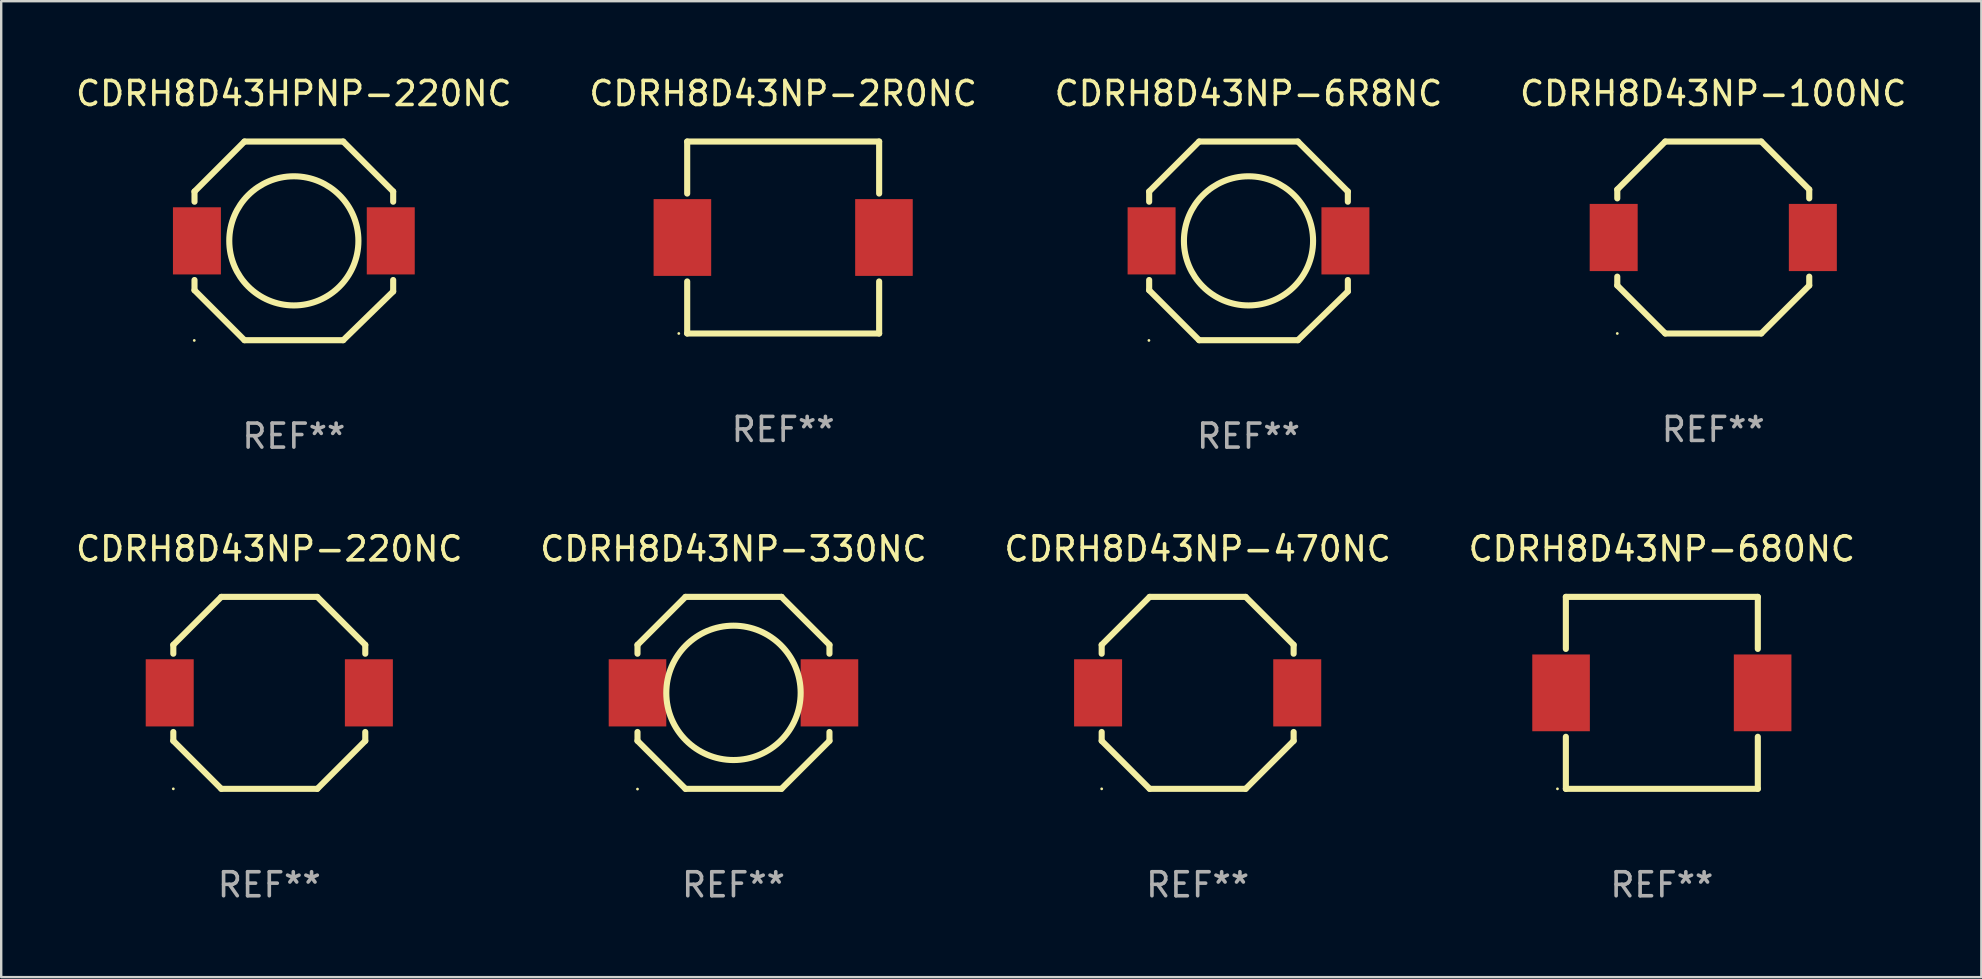
<source format=kicad_pcb>
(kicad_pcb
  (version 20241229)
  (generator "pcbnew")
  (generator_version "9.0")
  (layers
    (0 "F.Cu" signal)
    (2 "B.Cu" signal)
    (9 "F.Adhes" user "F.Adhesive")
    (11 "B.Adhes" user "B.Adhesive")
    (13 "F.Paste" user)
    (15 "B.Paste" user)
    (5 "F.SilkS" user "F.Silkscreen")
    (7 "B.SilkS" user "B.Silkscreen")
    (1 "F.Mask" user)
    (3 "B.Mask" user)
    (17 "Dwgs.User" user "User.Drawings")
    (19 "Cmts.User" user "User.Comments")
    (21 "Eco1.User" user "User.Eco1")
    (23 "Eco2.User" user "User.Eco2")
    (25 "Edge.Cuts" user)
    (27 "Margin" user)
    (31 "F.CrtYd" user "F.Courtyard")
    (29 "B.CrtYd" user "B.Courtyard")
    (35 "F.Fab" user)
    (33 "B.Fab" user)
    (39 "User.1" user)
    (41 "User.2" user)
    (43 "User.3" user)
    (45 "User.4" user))
  (footprint "CDRH8D43NP-330NC"
    (layer "F.Cu")
    (at 27.518 25.825)
    (property "Reference" "CDRH8D43NP-330NC" (at 0 -6 0) (layer "F.SilkS") (effects (font (size 1 1) (thickness 0.15))))
    (attr through_hole)
    (fp_line (start -4 -2) (end -2 -4) (stroke (width 0.254) (type solid)) (layer "F.SilkS"))
    (fp_line (start -4 -1.631) (end -4 -2) (stroke (width 0.254) (type solid)) (layer "F.SilkS"))
    (fp_line (start -4 2) (end -4 1.631) (stroke (width 0.254) (type solid)) (layer "F.SilkS"))
    (fp_line (start -2 -4) (end 2 -4) (stroke (width 0.254) (type solid)) (layer "F.SilkS"))
    (fp_line (start -2 4) (end -4 2) (stroke (width 0.254) (type solid)) (layer "F.SilkS"))
    (fp_line (start 2 -4) (end 2 -4) (stroke (width 0.254) (type solid)) (layer "F.SilkS"))
    (fp_line (start 2 -4) (end 4 -2) (stroke (width 0.254) (type solid)) (layer "F.SilkS"))
    (fp_line (start 2 4) (end -2 4) (stroke (width 0.254) (type solid)) (layer "F.SilkS"))
    (fp_line (start 4 -2) (end 4 -1.631) (stroke (width 0.254) (type solid)) (layer "F.SilkS"))
    (fp_line (start 4 1.631) (end 4 2) (stroke (width 0.254) (type solid)) (layer "F.SilkS"))
    (fp_line (start 4 2) (end 2 4) (stroke (width 0.254) (type solid)) (layer "F.SilkS"))
    (fp_circle (center -4 4.01) (end -3.97 4.01) (stroke (width 0.06) (type solid)) (fill no) (layer "F.SilkS"))
    (fp_circle (center 0.000064 0) (end 2.8 0) (stroke (width 0.254) (type solid)) (fill no) (layer "F.SilkS"))
    (fp_text user "REF**" (at 0 8 0) (layer "F.Fab") (effects (font (size 1 1) (thickness 0.15))))
    (pad "1" smd rect (at -4 0) (size 2.4 2.8) (layers "F.Cu" "F.Mask" "F.Paste"))
    (pad "2" smd rect (at 4 0) (size 2.4 2.8) (layers "F.Cu" "F.Mask" "F.Paste")))
  (footprint "CDRH8D43NP-100NC"
    (layer "F.Cu")
    (at 68.351 6.848)
    (property "Reference" "CDRH8D43NP-100NC" (at 0 -6 0) (layer "F.SilkS") (effects (font (size 1 1) (thickness 0.15))))
    (attr through_hole)
    (fp_line (start -4 -2) (end -4 -1.631) (stroke (width 0.254) (type solid)) (layer "F.SilkS"))
    (fp_line (start -4 1.631) (end -4 2) (stroke (width 0.254) (type solid)) (layer "F.SilkS"))
    (fp_line (start -4 2) (end -2 4) (stroke (width 0.254) (type solid)) (layer "F.SilkS"))
    (fp_line (start -2 -4) (end -4 -2) (stroke (width 0.254) (type solid)) (layer "F.SilkS"))
    (fp_line (start -2 4) (end 2 4) (stroke (width 0.254) (type solid)) (layer "F.SilkS"))
    (fp_line (start 2 -4) (end -2 -4) (stroke (width 0.254) (type solid)) (layer "F.SilkS"))
    (fp_line (start 2 4) (end 4 2) (stroke (width 0.254) (type solid)) (layer "F.SilkS"))
    (fp_line (start 4 -2) (end 2 -4) (stroke (width 0.254) (type solid)) (layer "F.SilkS"))
    (fp_line (start 4 -1.631) (end 4 -2) (stroke (width 0.254) (type solid)) (layer "F.SilkS"))
    (fp_line (start 4 2) (end 4 1.631) (stroke (width 0.254) (type solid)) (layer "F.SilkS"))
    (fp_circle (center -4 4) (end -3.97 4) (stroke (width 0.06) (type solid)) (fill no) (layer "F.SilkS"))
    (fp_text user "REF**" (at 0 8 0) (layer "F.Fab") (effects (font (size 1 1) (thickness 0.15))))
    (pad "1" smd rect (at -4.15 0) (size 2 2.8) (layers "F.Cu" "F.Mask" "F.Paste"))
    (pad "2" smd rect (at 4.15 0) (size 2 2.8) (layers "F.Cu" "F.Mask" "F.Paste")))
  (footprint "CDRH8D43NP-470NC"
    (layer "F.Cu")
    (at 46.863 25.825)
    (property "Reference" "CDRH8D43NP-470NC" (at 0 -6 0) (layer "F.SilkS") (effects (font (size 1 1) (thickness 0.15))))
    (attr through_hole)
    (fp_line (start -4 -2) (end -4 -1.631) (stroke (width 0.254) (type solid)) (layer "F.SilkS"))
    (fp_line (start -4 1.631) (end -4 2) (stroke (width 0.254) (type solid)) (layer "F.SilkS"))
    (fp_line (start -4 2) (end -2 4) (stroke (width 0.254) (type solid)) (layer "F.SilkS"))
    (fp_line (start -2 -4) (end -4 -2) (stroke (width 0.254) (type solid)) (layer "F.SilkS"))
    (fp_line (start -2 4) (end 2 4) (stroke (width 0.254) (type solid)) (layer "F.SilkS"))
    (fp_line (start 2 -4) (end -2 -4) (stroke (width 0.254) (type solid)) (layer "F.SilkS"))
    (fp_line (start 2 4) (end 4 2) (stroke (width 0.254) (type solid)) (layer "F.SilkS"))
    (fp_line (start 4 -2) (end 2 -4) (stroke (width 0.254) (type solid)) (layer "F.SilkS"))
    (fp_line (start 4 -1.631) (end 4 -2) (stroke (width 0.254) (type solid)) (layer "F.SilkS"))
    (fp_line (start 4 2) (end 4 1.631) (stroke (width 0.254) (type solid)) (layer "F.SilkS"))
    (fp_circle (center -4 4) (end -3.97 4) (stroke (width 0.06) (type solid)) (fill no) (layer "F.SilkS"))
    (fp_text user "REF**" (at 0 8 0) (layer "F.Fab") (effects (font (size 1 1) (thickness 0.15))))
    (pad "1" smd rect (at -4.15 0) (size 2 2.8) (layers "F.Cu" "F.Mask" "F.Paste"))
    (pad "2" smd rect (at 4.15 0) (size 2 2.8) (layers "F.Cu" "F.Mask" "F.Paste")))
  (footprint "CDRH8D43NP-2R0NC"
    (layer "F.Cu")
    (at 29.589 6.848)
    (property "Reference" "CDRH8D43NP-2R0NC" (at 0 -6 0) (layer "F.SilkS") (effects (font (size 1 1) (thickness 0.15))))
    (attr through_hole)
    (fp_line (start -4 -4) (end 4 -4) (stroke (width 0.254) (type solid)) (layer "F.SilkS"))
    (fp_line (start -4 -1.831) (end -4 -4) (stroke (width 0.254) (type solid)) (layer "F.SilkS"))
    (fp_line (start -4 4) (end -4 1.831) (stroke (width 0.254) (type solid)) (layer "F.SilkS"))
    (fp_line (start -4 4) (end 4 4) (stroke (width 0.254) (type solid)) (layer "F.SilkS"))
    (fp_line (start 4 -1.831) (end 4 -4) (stroke (width 0.254) (type solid)) (layer "F.SilkS"))
    (fp_line (start 4 4) (end 4 1.831) (stroke (width 0.254) (type solid)) (layer "F.SilkS"))
    (fp_circle (center -4.35 4) (end -4.32 4) (stroke (width 0.06) (type solid)) (fill no) (layer "F.SilkS"))
    (fp_text user "REF**" (at 0 8 0) (layer "F.Fab") (effects (font (size 1 1) (thickness 0.15))))
    (pad "1" smd rect (at -4.2 0) (size 2.4 3.2) (layers "F.Cu" "F.Mask" "F.Paste"))
    (pad "2" smd rect (at 4.2 0) (size 2.4 3.2) (layers "F.Cu" "F.Mask" "F.Paste")))
  (footprint "CDRH8D43NP-220NC"
    (layer "F.Cu")
    (at 8.173 25.825)
    (property "Reference" "CDRH8D43NP-220NC" (at 0 -6 0) (layer "F.SilkS") (effects (font (size 1 1) (thickness 0.15))))
    (attr through_hole)
    (fp_line (start -4 -2) (end -4 -1.631) (stroke (width 0.254) (type solid)) (layer "F.SilkS"))
    (fp_line (start -4 1.631) (end -4 2) (stroke (width 0.254) (type solid)) (layer "F.SilkS"))
    (fp_line (start -4 2) (end -2 4) (stroke (width 0.254) (type solid)) (layer "F.SilkS"))
    (fp_line (start -2 -4) (end -4 -2) (stroke (width 0.254) (type solid)) (layer "F.SilkS"))
    (fp_line (start -2 4) (end 2 4) (stroke (width 0.254) (type solid)) (layer "F.SilkS"))
    (fp_line (start 2 -4) (end -2 -4) (stroke (width 0.254) (type solid)) (layer "F.SilkS"))
    (fp_line (start 2 4) (end 4 2) (stroke (width 0.254) (type solid)) (layer "F.SilkS"))
    (fp_line (start 4 -2) (end 2 -4) (stroke (width 0.254) (type solid)) (layer "F.SilkS"))
    (fp_line (start 4 -1.631) (end 4 -2) (stroke (width 0.254) (type solid)) (layer "F.SilkS"))
    (fp_line (start 4 2) (end 4 1.631) (stroke (width 0.254) (type solid)) (layer "F.SilkS"))
    (fp_circle (center -4 4) (end -3.97 4) (stroke (width 0.06) (type solid)) (fill no) (layer "F.SilkS"))
    (fp_text user "REF**" (at 0 8 0) (layer "F.Fab") (effects (font (size 1 1) (thickness 0.15))))
    (pad "1" smd rect (at -4.15 0) (size 2 2.8) (layers "F.Cu" "F.Mask" "F.Paste"))
    (pad "2" smd rect (at 4.15 0) (size 2 2.8) (layers "F.Cu" "F.Mask" "F.Paste")))
  (footprint "CDRH8D43NP-6R8NC"
    (layer "F.Cu")
    (at 48.982 6.988)
    (property "Reference" "CDRH8D43NP-6R8NC" (at 0 -6.14 0) (layer "F.SilkS") (effects (font (size 1 1) (thickness 0.15))))
    (attr through_hole)
    (fp_line (start -4.14 -2.057) (end -2.057 -4.14) (stroke (width 0.254) (type solid)) (layer "F.SilkS"))
    (fp_line (start -4.14 -1.631) (end -4.14 -2.057) (stroke (width 0.254) (type solid)) (layer "F.SilkS"))
    (fp_line (start -4.14 2.057) (end -4.14 1.631) (stroke (width 0.254) (type solid)) (layer "F.SilkS"))
    (fp_line (start -2.057 -4.14) (end 2.057 -4.14) (stroke (width 0.254) (type solid)) (layer "F.SilkS"))
    (fp_line (start -2.057 4.14) (end -4.14 2.057) (stroke (width 0.254) (type solid)) (layer "F.SilkS"))
    (fp_line (start 2.057 -4.14) (end 4.14 -2.057) (stroke (width 0.254) (type solid)) (layer "F.SilkS"))
    (fp_line (start 2.057 4.14) (end -2.057 4.14) (stroke (width 0.254) (type solid)) (layer "F.SilkS"))
    (fp_line (start 4.14 -2.057) (end 4.14 -1.631) (stroke (width 0.254) (type solid)) (layer "F.SilkS"))
    (fp_line (start 4.14 1.631) (end 4.14 2.108) (stroke (width 0.254) (type solid)) (layer "F.SilkS"))
    (fp_line (start 4.14 2.108) (end 2.057 4.14) (stroke (width 0.254) (type solid)) (layer "F.SilkS"))
    (fp_circle (center -4.15 4.15) (end -4.12 4.15) (stroke (width 0.06) (type solid)) (fill no) (layer "F.SilkS"))
    (fp_circle (center 0 0) (end 2.691 0) (stroke (width 0.254) (type solid)) (fill no) (layer "F.SilkS"))
    (fp_text user "REF**" (at 0 8.14 0) (layer "F.Fab") (effects (font (size 1 1) (thickness 0.15))))
    (pad "1" smd rect (at -4.039 0) (size 1.999 2.799) (layers "F.Cu" "F.Mask" "F.Paste"))
    (pad "2" smd rect (at 4.039 0) (size 1.999 2.799) (layers "F.Cu" "F.Mask" "F.Paste")))
  (footprint "CDRH8D43NP-680NC"
    (layer "F.Cu")
    (at 66.208 25.825)
    (property "Reference" "CDRH8D43NP-680NC" (at 0 -6 0) (layer "F.SilkS") (effects (font (size 1 1) (thickness 0.15))))
    (attr through_hole)
    (fp_line (start -4 -4) (end 4 -4) (stroke (width 0.254) (type solid)) (layer "F.SilkS"))
    (fp_line (start -4 -1.831) (end -4 -4) (stroke (width 0.254) (type solid)) (layer "F.SilkS"))
    (fp_line (start -4 4) (end -4 1.831) (stroke (width 0.254) (type solid)) (layer "F.SilkS"))
    (fp_line (start -4 4) (end 4 4) (stroke (width 0.254) (type solid)) (layer "F.SilkS"))
    (fp_line (start 4 -1.831) (end 4 -4) (stroke (width 0.254) (type solid)) (layer "F.SilkS"))
    (fp_line (start 4 4) (end 4 1.831) (stroke (width 0.254) (type solid)) (layer "F.SilkS"))
    (fp_circle (center -4.35 4) (end -4.32 4) (stroke (width 0.06) (type solid)) (fill no) (layer "F.SilkS"))
    (fp_text user "REF**" (at 0 8 0) (layer "F.Fab") (effects (font (size 1 1) (thickness 0.15))))
    (pad "1" smd rect (at -4.2 0) (size 2.4 3.2) (layers "F.Cu" "F.Mask" "F.Paste"))
    (pad "2" smd rect (at 4.2 0) (size 2.4 3.2) (layers "F.Cu" "F.Mask" "F.Paste")))
  (footprint "CDRH8D43HPNP-220NC"
    (layer "F.Cu")
    (at 9.196 6.988)
    (property "Reference" "CDRH8D43HPNP-220NC" (at 0 -6.14 0) (layer "F.SilkS") (effects (font (size 1 1) (thickness 0.15))))
    (attr through_hole)
    (fp_line (start -4.14 -2.057) (end -2.057 -4.14) (stroke (width 0.254) (type solid)) (layer "F.SilkS"))
    (fp_line (start -4.14 -1.631) (end -4.14 -2.057) (stroke (width 0.254) (type solid)) (layer "F.SilkS"))
    (fp_line (start -4.14 2.057) (end -4.14 1.631) (stroke (width 0.254) (type solid)) (layer "F.SilkS"))
    (fp_line (start -2.057 -4.14) (end 2.057 -4.14) (stroke (width 0.254) (type solid)) (layer "F.SilkS"))
    (fp_line (start -2.057 4.14) (end -4.14 2.057) (stroke (width 0.254) (type solid)) (layer "F.SilkS"))
    (fp_line (start 2.057 -4.14) (end 4.14 -2.057) (stroke (width 0.254) (type solid)) (layer "F.SilkS"))
    (fp_line (start 2.057 4.14) (end -2.057 4.14) (stroke (width 0.254) (type solid)) (layer "F.SilkS"))
    (fp_line (start 4.14 -2.057) (end 4.14 -1.631) (stroke (width 0.254) (type solid)) (layer "F.SilkS"))
    (fp_line (start 4.14 1.631) (end 4.14 2.108) (stroke (width 0.254) (type solid)) (layer "F.SilkS"))
    (fp_line (start 4.14 2.108) (end 2.057 4.14) (stroke (width 0.254) (type solid)) (layer "F.SilkS"))
    (fp_circle (center -4.15 4.15) (end -4.12 4.15) (stroke (width 0.06) (type solid)) (fill no) (layer "F.SilkS"))
    (fp_circle (center 0 0) (end 2.691 0) (stroke (width 0.254) (type solid)) (fill no) (layer "F.SilkS"))
    (fp_text user "REF**" (at 0 8.14 0) (layer "F.Fab") (effects (font (size 1 1) (thickness 0.15))))
    (pad "1" smd rect (at -4.039 0) (size 1.999 2.799) (layers "F.Cu" "F.Mask" "F.Paste"))
    (pad "2" smd rect (at 4.039 0) (size 1.999 2.799) (layers "F.Cu" "F.Mask" "F.Paste")))
  (gr_rect
    (start -3 -3)
    (end 79.524 37.673)
    (stroke (width 0.1) (type default))
    (fill no)
    (layer "Edge.Cuts")))
</source>
